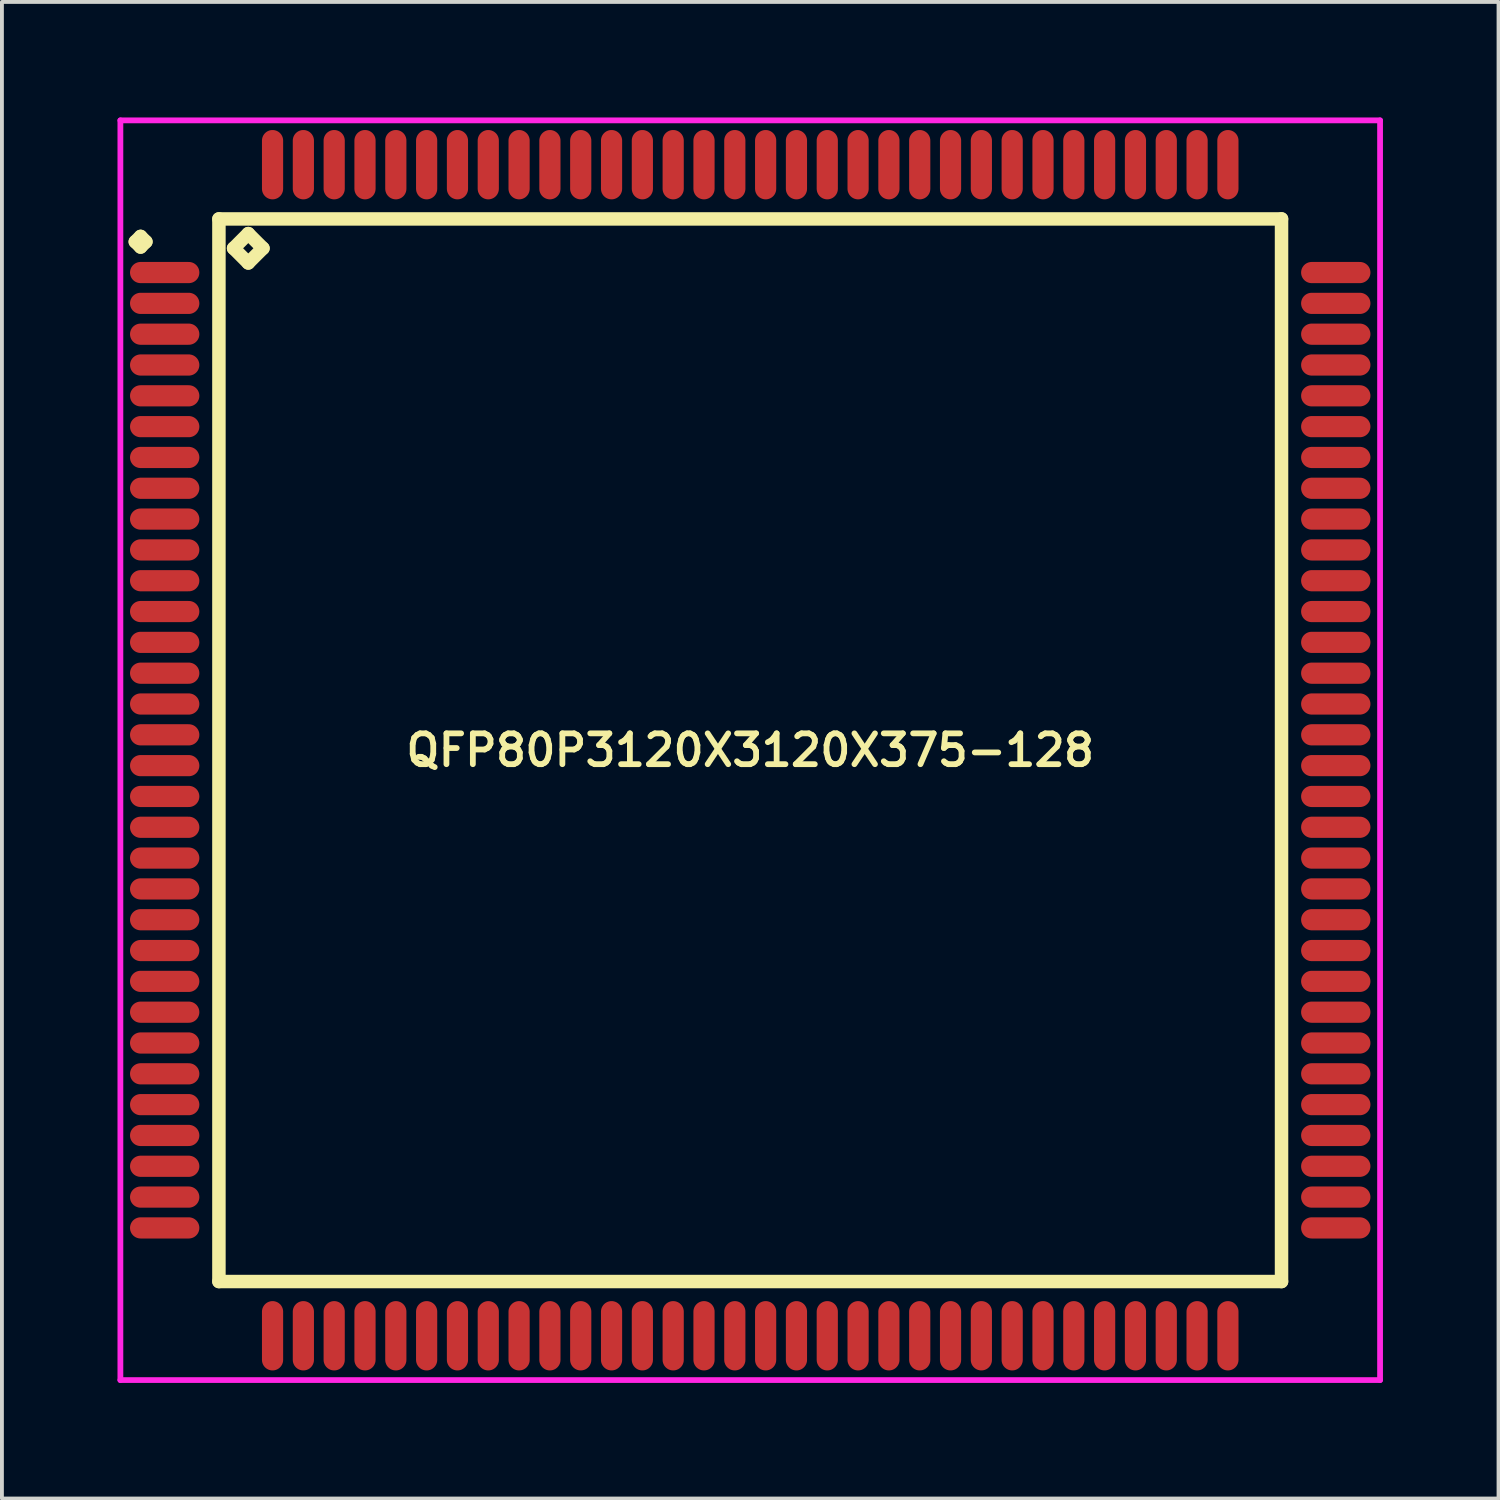
<source format=kicad_pcb>
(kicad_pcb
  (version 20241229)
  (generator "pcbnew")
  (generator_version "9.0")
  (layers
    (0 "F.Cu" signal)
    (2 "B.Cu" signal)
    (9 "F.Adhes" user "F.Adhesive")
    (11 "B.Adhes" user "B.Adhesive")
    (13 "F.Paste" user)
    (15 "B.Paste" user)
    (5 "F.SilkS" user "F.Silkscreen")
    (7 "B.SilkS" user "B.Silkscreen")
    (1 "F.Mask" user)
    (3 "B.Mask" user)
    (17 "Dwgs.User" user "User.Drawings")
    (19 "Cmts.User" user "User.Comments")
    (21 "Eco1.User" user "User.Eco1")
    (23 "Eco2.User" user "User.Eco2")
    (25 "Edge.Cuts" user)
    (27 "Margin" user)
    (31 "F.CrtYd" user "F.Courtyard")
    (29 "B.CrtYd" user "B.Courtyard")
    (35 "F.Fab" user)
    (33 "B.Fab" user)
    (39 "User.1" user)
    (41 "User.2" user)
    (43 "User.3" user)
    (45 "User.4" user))
  (footprint "QFP80P3120X3120X375-128"
    (layer "F.Cu")
    (at 16.425 16.425)
    (property "Reference" "QFP80P3120X3120X375-128" (at 0 0 0) (layer "F.SilkS") (effects (font (size 0.8 0.8) (thickness 0.15))))
    (attr smd)
    (fp_line (start -15.963 -13.2) (end -15.825 -13.338) (stroke (width 0.35) (type solid)) (layer "F.SilkS"))
    (fp_line (start -15.825 -13.338) (end -15.688 -13.2) (stroke (width 0.35) (type solid)) (layer "F.SilkS"))
    (fp_line (start -15.825 -13.062) (end -15.963 -13.2) (stroke (width 0.35) (type solid)) (layer "F.SilkS"))
    (fp_line (start -15.688 -13.2) (end -15.825 -13.062) (stroke (width 0.35) (type solid)) (layer "F.SilkS"))
    (fp_line (start -13.792 -13.792) (end -13.792 13.792) (stroke (width 0.35) (type solid)) (layer "F.SilkS"))
    (fp_line (start -13.792 13.792) (end 13.792 13.792) (stroke (width 0.35) (type solid)) (layer "F.SilkS"))
    (fp_line (start -13.411 -13.03) (end -13.03 -13.411) (stroke (width 0.35) (type solid)) (layer "F.SilkS"))
    (fp_line (start -13.03 -13.411) (end -12.649 -13.03) (stroke (width 0.35) (type solid)) (layer "F.SilkS"))
    (fp_line (start -13.03 -12.649) (end -13.411 -13.03) (stroke (width 0.35) (type solid)) (layer "F.SilkS"))
    (fp_line (start -12.649 -13.03) (end -13.03 -12.649) (stroke (width 0.35) (type solid)) (layer "F.SilkS"))
    (fp_line (start 13.792 -13.792) (end -13.792 -13.792) (stroke (width 0.35) (type solid)) (layer "F.SilkS"))
    (fp_line (start 13.792 13.792) (end 13.792 -13.792) (stroke (width 0.35) (type solid)) (layer "F.SilkS"))
    (fp_line (start -16.35 -16.35) (end 16.35 -16.35) (stroke (width 0.15) (type solid)) (layer "F.CrtYd"))
    (fp_line (start -16.35 16.35) (end -16.35 -16.35) (stroke (width 0.15) (type solid)) (layer "F.CrtYd"))
    (fp_line (start 16.35 -16.35) (end 16.35 16.35) (stroke (width 0.15) (type solid)) (layer "F.CrtYd"))
    (fp_line (start 16.35 16.35) (end -16.35 16.35) (stroke (width 0.15) (type solid)) (layer "F.CrtYd"))
    (pad "1" smd oval (at -15.2 -12.4) (size 1.8 0.55) (layers "F.Cu" "F.Mask" "F.Paste"))
    (pad "2" smd oval (at -15.2 -11.6) (size 1.8 0.55) (layers "F.Cu" "F.Mask" "F.Paste"))
    (pad "3" smd oval (at -15.2 -10.8) (size 1.8 0.55) (layers "F.Cu" "F.Mask" "F.Paste"))
    (pad "4" smd oval (at -15.2 -10) (size 1.8 0.55) (layers "F.Cu" "F.Mask" "F.Paste"))
    (pad "5" smd oval (at -15.2 -9.2) (size 1.8 0.55) (layers "F.Cu" "F.Mask" "F.Paste"))
    (pad "6" smd oval (at -15.2 -8.4) (size 1.8 0.55) (layers "F.Cu" "F.Mask" "F.Paste"))
    (pad "7" smd oval (at -15.2 -7.6) (size 1.8 0.55) (layers "F.Cu" "F.Mask" "F.Paste"))
    (pad "8" smd oval (at -15.2 -6.8) (size 1.8 0.55) (layers "F.Cu" "F.Mask" "F.Paste"))
    (pad "9" smd oval (at -15.2 -6) (size 1.8 0.55) (layers "F.Cu" "F.Mask" "F.Paste"))
    (pad "10" smd oval (at -15.2 -5.2) (size 1.8 0.55) (layers "F.Cu" "F.Mask" "F.Paste"))
    (pad "11" smd oval (at -15.2 -4.4) (size 1.8 0.55) (layers "F.Cu" "F.Mask" "F.Paste"))
    (pad "12" smd oval (at -15.2 -3.6) (size 1.8 0.55) (layers "F.Cu" "F.Mask" "F.Paste"))
    (pad "13" smd oval (at -15.2 -2.8) (size 1.8 0.55) (layers "F.Cu" "F.Mask" "F.Paste"))
    (pad "14" smd oval (at -15.2 -2) (size 1.8 0.55) (layers "F.Cu" "F.Mask" "F.Paste"))
    (pad "15" smd oval (at -15.2 -1.2) (size 1.8 0.55) (layers "F.Cu" "F.Mask" "F.Paste"))
    (pad "16" smd oval (at -15.2 -0.4) (size 1.8 0.55) (layers "F.Cu" "F.Mask" "F.Paste"))
    (pad "17" smd oval (at -15.2 0.4) (size 1.8 0.55) (layers "F.Cu" "F.Mask" "F.Paste"))
    (pad "18" smd oval (at -15.2 1.2) (size 1.8 0.55) (layers "F.Cu" "F.Mask" "F.Paste"))
    (pad "19" smd oval (at -15.2 2) (size 1.8 0.55) (layers "F.Cu" "F.Mask" "F.Paste"))
    (pad "20" smd oval (at -15.2 2.8) (size 1.8 0.55) (layers "F.Cu" "F.Mask" "F.Paste"))
    (pad "21" smd oval (at -15.2 3.6) (size 1.8 0.55) (layers "F.Cu" "F.Mask" "F.Paste"))
    (pad "22" smd oval (at -15.2 4.4) (size 1.8 0.55) (layers "F.Cu" "F.Mask" "F.Paste"))
    (pad "23" smd oval (at -15.2 5.2) (size 1.8 0.55) (layers "F.Cu" "F.Mask" "F.Paste"))
    (pad "24" smd oval (at -15.2 6) (size 1.8 0.55) (layers "F.Cu" "F.Mask" "F.Paste"))
    (pad "25" smd oval (at -15.2 6.8) (size 1.8 0.55) (layers "F.Cu" "F.Mask" "F.Paste"))
    (pad "26" smd oval (at -15.2 7.6) (size 1.8 0.55) (layers "F.Cu" "F.Mask" "F.Paste"))
    (pad "27" smd oval (at -15.2 8.4) (size 1.8 0.55) (layers "F.Cu" "F.Mask" "F.Paste"))
    (pad "28" smd oval (at -15.2 9.2) (size 1.8 0.55) (layers "F.Cu" "F.Mask" "F.Paste"))
    (pad "29" smd oval (at -15.2 10) (size 1.8 0.55) (layers "F.Cu" "F.Mask" "F.Paste"))
    (pad "30" smd oval (at -15.2 10.8) (size 1.8 0.55) (layers "F.Cu" "F.Mask" "F.Paste"))
    (pad "31" smd oval (at -15.2 11.6) (size 1.8 0.55) (layers "F.Cu" "F.Mask" "F.Paste"))
    (pad "32" smd oval (at -15.2 12.4) (size 1.8 0.55) (layers "F.Cu" "F.Mask" "F.Paste"))
    (pad "33" smd oval (at -12.4 15.2) (size 0.55 1.8) (layers "F.Cu" "F.Mask" "F.Paste"))
    (pad "34" smd oval (at -11.6 15.2) (size 0.55 1.8) (layers "F.Cu" "F.Mask" "F.Paste"))
    (pad "35" smd oval (at -10.8 15.2) (size 0.55 1.8) (layers "F.Cu" "F.Mask" "F.Paste"))
    (pad "36" smd oval (at -10 15.2) (size 0.55 1.8) (layers "F.Cu" "F.Mask" "F.Paste"))
    (pad "37" smd oval (at -9.2 15.2) (size 0.55 1.8) (layers "F.Cu" "F.Mask" "F.Paste"))
    (pad "38" smd oval (at -8.4 15.2) (size 0.55 1.8) (layers "F.Cu" "F.Mask" "F.Paste"))
    (pad "39" smd oval (at -7.6 15.2) (size 0.55 1.8) (layers "F.Cu" "F.Mask" "F.Paste"))
    (pad "40" smd oval (at -6.8 15.2) (size 0.55 1.8) (layers "F.Cu" "F.Mask" "F.Paste"))
    (pad "41" smd oval (at -6 15.2) (size 0.55 1.8) (layers "F.Cu" "F.Mask" "F.Paste"))
    (pad "42" smd oval (at -5.2 15.2) (size 0.55 1.8) (layers "F.Cu" "F.Mask" "F.Paste"))
    (pad "43" smd oval (at -4.4 15.2) (size 0.55 1.8) (layers "F.Cu" "F.Mask" "F.Paste"))
    (pad "44" smd oval (at -3.6 15.2) (size 0.55 1.8) (layers "F.Cu" "F.Mask" "F.Paste"))
    (pad "45" smd oval (at -2.8 15.2) (size 0.55 1.8) (layers "F.Cu" "F.Mask" "F.Paste"))
    (pad "46" smd oval (at -2 15.2) (size 0.55 1.8) (layers "F.Cu" "F.Mask" "F.Paste"))
    (pad "47" smd oval (at -1.2 15.2) (size 0.55 1.8) (layers "F.Cu" "F.Mask" "F.Paste"))
    (pad "48" smd oval (at -0.4 15.2) (size 0.55 1.8) (layers "F.Cu" "F.Mask" "F.Paste"))
    (pad "49" smd oval (at 0.4 15.2) (size 0.55 1.8) (layers "F.Cu" "F.Mask" "F.Paste"))
    (pad "50" smd oval (at 1.2 15.2) (size 0.55 1.8) (layers "F.Cu" "F.Mask" "F.Paste"))
    (pad "51" smd oval (at 2 15.2) (size 0.55 1.8) (layers "F.Cu" "F.Mask" "F.Paste"))
    (pad "52" smd oval (at 2.8 15.2) (size 0.55 1.8) (layers "F.Cu" "F.Mask" "F.Paste"))
    (pad "53" smd oval (at 3.6 15.2) (size 0.55 1.8) (layers "F.Cu" "F.Mask" "F.Paste"))
    (pad "54" smd oval (at 4.4 15.2) (size 0.55 1.8) (layers "F.Cu" "F.Mask" "F.Paste"))
    (pad "55" smd oval (at 5.2 15.2) (size 0.55 1.8) (layers "F.Cu" "F.Mask" "F.Paste"))
    (pad "56" smd oval (at 6 15.2) (size 0.55 1.8) (layers "F.Cu" "F.Mask" "F.Paste"))
    (pad "57" smd oval (at 6.8 15.2) (size 0.55 1.8) (layers "F.Cu" "F.Mask" "F.Paste"))
    (pad "58" smd oval (at 7.6 15.2) (size 0.55 1.8) (layers "F.Cu" "F.Mask" "F.Paste"))
    (pad "59" smd oval (at 8.4 15.2) (size 0.55 1.8) (layers "F.Cu" "F.Mask" "F.Paste"))
    (pad "60" smd oval (at 9.2 15.2) (size 0.55 1.8) (layers "F.Cu" "F.Mask" "F.Paste"))
    (pad "61" smd oval (at 10 15.2) (size 0.55 1.8) (layers "F.Cu" "F.Mask" "F.Paste"))
    (pad "62" smd oval (at 10.8 15.2) (size 0.55 1.8) (layers "F.Cu" "F.Mask" "F.Paste"))
    (pad "63" smd oval (at 11.6 15.2) (size 0.55 1.8) (layers "F.Cu" "F.Mask" "F.Paste"))
    (pad "64" smd oval (at 12.4 15.2) (size 0.55 1.8) (layers "F.Cu" "F.Mask" "F.Paste"))
    (pad "65" smd oval (at 15.2 12.4) (size 1.8 0.55) (layers "F.Cu" "F.Mask" "F.Paste"))
    (pad "66" smd oval (at 15.2 11.6) (size 1.8 0.55) (layers "F.Cu" "F.Mask" "F.Paste"))
    (pad "67" smd oval (at 15.2 10.8) (size 1.8 0.55) (layers "F.Cu" "F.Mask" "F.Paste"))
    (pad "68" smd oval (at 15.2 10) (size 1.8 0.55) (layers "F.Cu" "F.Mask" "F.Paste"))
    (pad "69" smd oval (at 15.2 9.2) (size 1.8 0.55) (layers "F.Cu" "F.Mask" "F.Paste"))
    (pad "70" smd oval (at 15.2 8.4) (size 1.8 0.55) (layers "F.Cu" "F.Mask" "F.Paste"))
    (pad "71" smd oval (at 15.2 7.6) (size 1.8 0.55) (layers "F.Cu" "F.Mask" "F.Paste"))
    (pad "72" smd oval (at 15.2 6.8) (size 1.8 0.55) (layers "F.Cu" "F.Mask" "F.Paste"))
    (pad "73" smd oval (at 15.2 6) (size 1.8 0.55) (layers "F.Cu" "F.Mask" "F.Paste"))
    (pad "74" smd oval (at 15.2 5.2) (size 1.8 0.55) (layers "F.Cu" "F.Mask" "F.Paste"))
    (pad "75" smd oval (at 15.2 4.4) (size 1.8 0.55) (layers "F.Cu" "F.Mask" "F.Paste"))
    (pad "76" smd oval (at 15.2 3.6) (size 1.8 0.55) (layers "F.Cu" "F.Mask" "F.Paste"))
    (pad "77" smd oval (at 15.2 2.8) (size 1.8 0.55) (layers "F.Cu" "F.Mask" "F.Paste"))
    (pad "78" smd oval (at 15.2 2) (size 1.8 0.55) (layers "F.Cu" "F.Mask" "F.Paste"))
    (pad "79" smd oval (at 15.2 1.2) (size 1.8 0.55) (layers "F.Cu" "F.Mask" "F.Paste"))
    (pad "80" smd oval (at 15.2 0.4) (size 1.8 0.55) (layers "F.Cu" "F.Mask" "F.Paste"))
    (pad "81" smd oval (at 15.2 -0.4) (size 1.8 0.55) (layers "F.Cu" "F.Mask" "F.Paste"))
    (pad "82" smd oval (at 15.2 -1.2) (size 1.8 0.55) (layers "F.Cu" "F.Mask" "F.Paste"))
    (pad "83" smd oval (at 15.2 -2) (size 1.8 0.55) (layers "F.Cu" "F.Mask" "F.Paste"))
    (pad "84" smd oval (at 15.2 -2.8) (size 1.8 0.55) (layers "F.Cu" "F.Mask" "F.Paste"))
    (pad "85" smd oval (at 15.2 -3.6) (size 1.8 0.55) (layers "F.Cu" "F.Mask" "F.Paste"))
    (pad "86" smd oval (at 15.2 -4.4) (size 1.8 0.55) (layers "F.Cu" "F.Mask" "F.Paste"))
    (pad "87" smd oval (at 15.2 -5.2) (size 1.8 0.55) (layers "F.Cu" "F.Mask" "F.Paste"))
    (pad "88" smd oval (at 15.2 -6) (size 1.8 0.55) (layers "F.Cu" "F.Mask" "F.Paste"))
    (pad "89" smd oval (at 15.2 -6.8) (size 1.8 0.55) (layers "F.Cu" "F.Mask" "F.Paste"))
    (pad "90" smd oval (at 15.2 -7.6) (size 1.8 0.55) (layers "F.Cu" "F.Mask" "F.Paste"))
    (pad "91" smd oval (at 15.2 -8.4) (size 1.8 0.55) (layers "F.Cu" "F.Mask" "F.Paste"))
    (pad "92" smd oval (at 15.2 -9.2) (size 1.8 0.55) (layers "F.Cu" "F.Mask" "F.Paste"))
    (pad "93" smd oval (at 15.2 -10) (size 1.8 0.55) (layers "F.Cu" "F.Mask" "F.Paste"))
    (pad "94" smd oval (at 15.2 -10.8) (size 1.8 0.55) (layers "F.Cu" "F.Mask" "F.Paste"))
    (pad "95" smd oval (at 15.2 -11.6) (size 1.8 0.55) (layers "F.Cu" "F.Mask" "F.Paste"))
    (pad "96" smd oval (at 15.2 -12.4) (size 1.8 0.55) (layers "F.Cu" "F.Mask" "F.Paste"))
    (pad "97" smd oval (at 12.4 -15.2) (size 0.55 1.8) (layers "F.Cu" "F.Mask" "F.Paste"))
    (pad "98" smd oval (at 11.6 -15.2) (size 0.55 1.8) (layers "F.Cu" "F.Mask" "F.Paste"))
    (pad "99" smd oval (at 10.8 -15.2) (size 0.55 1.8) (layers "F.Cu" "F.Mask" "F.Paste"))
    (pad "100" smd oval (at 10 -15.2) (size 0.55 1.8) (layers "F.Cu" "F.Mask" "F.Paste"))
    (pad "101" smd oval (at 9.2 -15.2) (size 0.55 1.8) (layers "F.Cu" "F.Mask" "F.Paste"))
    (pad "102" smd oval (at 8.4 -15.2) (size 0.55 1.8) (layers "F.Cu" "F.Mask" "F.Paste"))
    (pad "103" smd oval (at 7.6 -15.2) (size 0.55 1.8) (layers "F.Cu" "F.Mask" "F.Paste"))
    (pad "104" smd oval (at 6.8 -15.2) (size 0.55 1.8) (layers "F.Cu" "F.Mask" "F.Paste"))
    (pad "105" smd oval (at 6 -15.2) (size 0.55 1.8) (layers "F.Cu" "F.Mask" "F.Paste"))
    (pad "106" smd oval (at 5.2 -15.2) (size 0.55 1.8) (layers "F.Cu" "F.Mask" "F.Paste"))
    (pad "107" smd oval (at 4.4 -15.2) (size 0.55 1.8) (layers "F.Cu" "F.Mask" "F.Paste"))
    (pad "108" smd oval (at 3.6 -15.2) (size 0.55 1.8) (layers "F.Cu" "F.Mask" "F.Paste"))
    (pad "109" smd oval (at 2.8 -15.2) (size 0.55 1.8) (layers "F.Cu" "F.Mask" "F.Paste"))
    (pad "110" smd oval (at 2 -15.2) (size 0.55 1.8) (layers "F.Cu" "F.Mask" "F.Paste"))
    (pad "111" smd oval (at 1.2 -15.2) (size 0.55 1.8) (layers "F.Cu" "F.Mask" "F.Paste"))
    (pad "112" smd oval (at 0.4 -15.2) (size 0.55 1.8) (layers "F.Cu" "F.Mask" "F.Paste"))
    (pad "113" smd oval (at -0.4 -15.2) (size 0.55 1.8) (layers "F.Cu" "F.Mask" "F.Paste"))
    (pad "114" smd oval (at -1.2 -15.2) (size 0.55 1.8) (layers "F.Cu" "F.Mask" "F.Paste"))
    (pad "115" smd oval (at -2 -15.2) (size 0.55 1.8) (layers "F.Cu" "F.Mask" "F.Paste"))
    (pad "116" smd oval (at -2.8 -15.2) (size 0.55 1.8) (layers "F.Cu" "F.Mask" "F.Paste"))
    (pad "117" smd oval (at -3.6 -15.2) (size 0.55 1.8) (layers "F.Cu" "F.Mask" "F.Paste"))
    (pad "118" smd oval (at -4.4 -15.2) (size 0.55 1.8) (layers "F.Cu" "F.Mask" "F.Paste"))
    (pad "119" smd oval (at -5.2 -15.2) (size 0.55 1.8) (layers "F.Cu" "F.Mask" "F.Paste"))
    (pad "120" smd oval (at -6 -15.2) (size 0.55 1.8) (layers "F.Cu" "F.Mask" "F.Paste"))
    (pad "121" smd oval (at -6.8 -15.2) (size 0.55 1.8) (layers "F.Cu" "F.Mask" "F.Paste"))
    (pad "122" smd oval (at -7.6 -15.2) (size 0.55 1.8) (layers "F.Cu" "F.Mask" "F.Paste"))
    (pad "123" smd oval (at -8.4 -15.2) (size 0.55 1.8) (layers "F.Cu" "F.Mask" "F.Paste"))
    (pad "124" smd oval (at -9.2 -15.2) (size 0.55 1.8) (layers "F.Cu" "F.Mask" "F.Paste"))
    (pad "125" smd oval (at -10 -15.2) (size 0.55 1.8) (layers "F.Cu" "F.Mask" "F.Paste"))
    (pad "126" smd oval (at -10.8 -15.2) (size 0.55 1.8) (layers "F.Cu" "F.Mask" "F.Paste"))
    (pad "127" smd oval (at -11.6 -15.2) (size 0.55 1.8) (layers "F.Cu" "F.Mask" "F.Paste"))
    (pad "128" smd oval (at -12.4 -15.2) (size 0.55 1.8) (layers "F.Cu" "F.Mask" "F.Paste")))
  (gr_rect
    (start -3 -3)
    (end 35.85 35.85)
    (stroke (width 0.1) (type default))
    (fill no)
    (layer "Edge.Cuts")))
</source>
